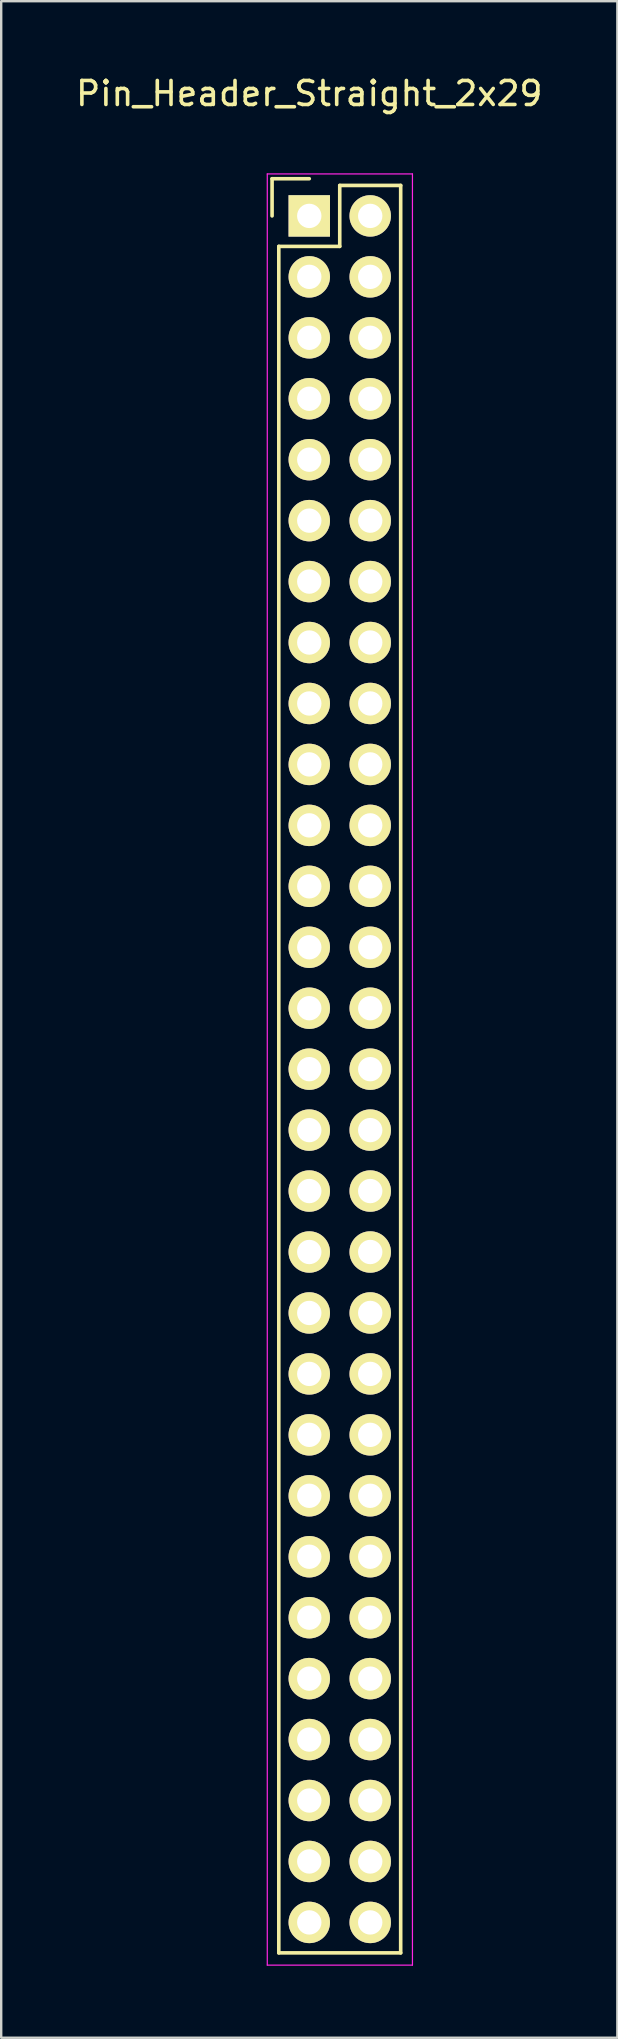
<source format=kicad_pcb>
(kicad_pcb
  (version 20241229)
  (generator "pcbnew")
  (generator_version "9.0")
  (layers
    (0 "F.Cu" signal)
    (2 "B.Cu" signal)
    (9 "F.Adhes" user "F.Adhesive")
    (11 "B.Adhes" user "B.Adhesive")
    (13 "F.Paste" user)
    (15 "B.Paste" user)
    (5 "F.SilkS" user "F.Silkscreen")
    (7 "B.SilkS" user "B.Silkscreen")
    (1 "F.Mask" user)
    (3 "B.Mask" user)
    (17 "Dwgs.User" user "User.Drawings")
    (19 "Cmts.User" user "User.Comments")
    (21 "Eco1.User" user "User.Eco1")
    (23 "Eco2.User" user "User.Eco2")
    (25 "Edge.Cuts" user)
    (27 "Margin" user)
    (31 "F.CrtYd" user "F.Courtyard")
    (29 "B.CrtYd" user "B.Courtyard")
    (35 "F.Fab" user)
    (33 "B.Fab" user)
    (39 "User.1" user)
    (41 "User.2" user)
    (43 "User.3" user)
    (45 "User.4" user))
  (footprint "Pin_Header_Straight_2x29"
    (layer "F.Cu")
    (at 9.839 5.948)
    (property "Reference" "Pin_Header_Straight_2x29" (at 0 -5.1 0) (layer "F.SilkS") (effects (font (size 1 1) (thickness 0.15))))
    (attr through_hole)
    (fp_line (start -1.55 -1.55) (end -1.55 0) (stroke (width 0.15) (type solid)) (layer "F.SilkS"))
    (fp_line (start -1.27 1.27) (end -1.27 72.39) (stroke (width 0.15) (type solid)) (layer "F.SilkS"))
    (fp_line (start 0 -1.55) (end -1.55 -1.55) (stroke (width 0.15) (type solid)) (layer "F.SilkS"))
    (fp_line (start 1.27 -1.27) (end 1.27 1.27) (stroke (width 0.15) (type solid)) (layer "F.SilkS"))
    (fp_line (start 1.27 1.27) (end -1.27 1.27) (stroke (width 0.15) (type solid)) (layer "F.SilkS"))
    (fp_line (start 3.81 -1.27) (end 1.27 -1.27) (stroke (width 0.15) (type solid)) (layer "F.SilkS"))
    (fp_line (start 3.81 72.39) (end -1.27 72.39) (stroke (width 0.15) (type solid)) (layer "F.SilkS"))
    (fp_line (start 3.81 72.39) (end 3.81 -1.27) (stroke (width 0.15) (type solid)) (layer "F.SilkS"))
    (fp_line (start -1.75 -1.75) (end -1.75 72.9) (stroke (width 0.05) (type solid)) (layer "F.CrtYd"))
    (fp_line (start -1.75 -1.75) (end 4.3 -1.75) (stroke (width 0.05) (type solid)) (layer "F.CrtYd"))
    (fp_line (start -1.75 72.9) (end 4.3 72.9) (stroke (width 0.05) (type solid)) (layer "F.CrtYd"))
    (fp_line (start 4.3 -1.75) (end 4.3 72.9) (stroke (width 0.05) (type solid)) (layer "F.CrtYd"))
    (pad "1" thru_hole rect (at 0 0) (size 1.727 1.727) (drill 1.016) (layers "*.Cu" "*.Mask" "F.SilkS"))
    (pad "2" thru_hole oval (at 2.54 0) (size 1.727 1.727) (drill 1.016) (layers "*.Cu" "*.Mask" "F.SilkS"))
    (pad "3" thru_hole oval (at 0 2.54) (size 1.727 1.727) (drill 1.016) (layers "*.Cu" "*.Mask" "F.SilkS"))
    (pad "4" thru_hole oval (at 2.54 2.54) (size 1.727 1.727) (drill 1.016) (layers "*.Cu" "*.Mask" "F.SilkS"))
    (pad "5" thru_hole oval (at 0 5.08) (size 1.727 1.727) (drill 1.016) (layers "*.Cu" "*.Mask" "F.SilkS"))
    (pad "6" thru_hole oval (at 2.54 5.08) (size 1.727 1.727) (drill 1.016) (layers "*.Cu" "*.Mask" "F.SilkS"))
    (pad "7" thru_hole oval (at 0 7.62) (size 1.727 1.727) (drill 1.016) (layers "*.Cu" "*.Mask" "F.SilkS"))
    (pad "8" thru_hole oval (at 2.54 7.62) (size 1.727 1.727) (drill 1.016) (layers "*.Cu" "*.Mask" "F.SilkS"))
    (pad "9" thru_hole oval (at 0 10.16) (size 1.727 1.727) (drill 1.016) (layers "*.Cu" "*.Mask" "F.SilkS"))
    (pad "10" thru_hole oval (at 2.54 10.16) (size 1.727 1.727) (drill 1.016) (layers "*.Cu" "*.Mask" "F.SilkS"))
    (pad "11" thru_hole oval (at 0 12.7) (size 1.727 1.727) (drill 1.016) (layers "*.Cu" "*.Mask" "F.SilkS"))
    (pad "12" thru_hole oval (at 2.54 12.7) (size 1.727 1.727) (drill 1.016) (layers "*.Cu" "*.Mask" "F.SilkS"))
    (pad "13" thru_hole oval (at 0 15.24) (size 1.727 1.727) (drill 1.016) (layers "*.Cu" "*.Mask" "F.SilkS"))
    (pad "14" thru_hole oval (at 2.54 15.24) (size 1.727 1.727) (drill 1.016) (layers "*.Cu" "*.Mask" "F.SilkS"))
    (pad "15" thru_hole oval (at 0 17.78) (size 1.727 1.727) (drill 1.016) (layers "*.Cu" "*.Mask" "F.SilkS"))
    (pad "16" thru_hole oval (at 2.54 17.78) (size 1.727 1.727) (drill 1.016) (layers "*.Cu" "*.Mask" "F.SilkS"))
    (pad "17" thru_hole oval (at 0 20.32) (size 1.727 1.727) (drill 1.016) (layers "*.Cu" "*.Mask" "F.SilkS"))
    (pad "18" thru_hole oval (at 2.54 20.32) (size 1.727 1.727) (drill 1.016) (layers "*.Cu" "*.Mask" "F.SilkS"))
    (pad "19" thru_hole oval (at 0 22.86) (size 1.727 1.727) (drill 1.016) (layers "*.Cu" "*.Mask" "F.SilkS"))
    (pad "20" thru_hole oval (at 2.54 22.86) (size 1.727 1.727) (drill 1.016) (layers "*.Cu" "*.Mask" "F.SilkS"))
    (pad "21" thru_hole oval (at 0 25.4) (size 1.727 1.727) (drill 1.016) (layers "*.Cu" "*.Mask" "F.SilkS"))
    (pad "22" thru_hole oval (at 2.54 25.4) (size 1.727 1.727) (drill 1.016) (layers "*.Cu" "*.Mask" "F.SilkS"))
    (pad "23" thru_hole oval (at 0 27.94) (size 1.727 1.727) (drill 1.016) (layers "*.Cu" "*.Mask" "F.SilkS"))
    (pad "24" thru_hole oval (at 2.54 27.94) (size 1.727 1.727) (drill 1.016) (layers "*.Cu" "*.Mask" "F.SilkS"))
    (pad "25" thru_hole oval (at 0 30.48) (size 1.727 1.727) (drill 1.016) (layers "*.Cu" "*.Mask" "F.SilkS"))
    (pad "26" thru_hole oval (at 2.54 30.48) (size 1.727 1.727) (drill 1.016) (layers "*.Cu" "*.Mask" "F.SilkS"))
    (pad "27" thru_hole oval (at 0 33.02) (size 1.727 1.727) (drill 1.016) (layers "*.Cu" "*.Mask" "F.SilkS"))
    (pad "28" thru_hole oval (at 2.54 33.02) (size 1.727 1.727) (drill 1.016) (layers "*.Cu" "*.Mask" "F.SilkS"))
    (pad "29" thru_hole oval (at 0 35.56) (size 1.727 1.727) (drill 1.016) (layers "*.Cu" "*.Mask" "F.SilkS"))
    (pad "30" thru_hole oval (at 2.54 35.56) (size 1.727 1.727) (drill 1.016) (layers "*.Cu" "*.Mask" "F.SilkS"))
    (pad "31" thru_hole oval (at 0 38.1) (size 1.727 1.727) (drill 1.016) (layers "*.Cu" "*.Mask" "F.SilkS"))
    (pad "32" thru_hole oval (at 2.54 38.1) (size 1.727 1.727) (drill 1.016) (layers "*.Cu" "*.Mask" "F.SilkS"))
    (pad "33" thru_hole oval (at 0 40.64) (size 1.727 1.727) (drill 1.016) (layers "*.Cu" "*.Mask" "F.SilkS"))
    (pad "34" thru_hole oval (at 2.54 40.64) (size 1.727 1.727) (drill 1.016) (layers "*.Cu" "*.Mask" "F.SilkS"))
    (pad "35" thru_hole oval (at 0 43.18) (size 1.727 1.727) (drill 1.016) (layers "*.Cu" "*.Mask" "F.SilkS"))
    (pad "36" thru_hole oval (at 2.54 43.18) (size 1.727 1.727) (drill 1.016) (layers "*.Cu" "*.Mask" "F.SilkS"))
    (pad "37" thru_hole oval (at 0 45.72) (size 1.727 1.727) (drill 1.016) (layers "*.Cu" "*.Mask" "F.SilkS"))
    (pad "38" thru_hole oval (at 2.54 45.72) (size 1.727 1.727) (drill 1.016) (layers "*.Cu" "*.Mask" "F.SilkS"))
    (pad "39" thru_hole oval (at 0 48.26) (size 1.727 1.727) (drill 1.016) (layers "*.Cu" "*.Mask" "F.SilkS"))
    (pad "40" thru_hole oval (at 2.54 48.26) (size 1.727 1.727) (drill 1.016) (layers "*.Cu" "*.Mask" "F.SilkS"))
    (pad "41" thru_hole oval (at 0 50.8) (size 1.727 1.727) (drill 1.016) (layers "*.Cu" "*.Mask" "F.SilkS"))
    (pad "42" thru_hole oval (at 2.54 50.8) (size 1.727 1.727) (drill 1.016) (layers "*.Cu" "*.Mask" "F.SilkS"))
    (pad "43" thru_hole oval (at 0 53.34) (size 1.727 1.727) (drill 1.016) (layers "*.Cu" "*.Mask" "F.SilkS"))
    (pad "44" thru_hole oval (at 2.54 53.34) (size 1.727 1.727) (drill 1.016) (layers "*.Cu" "*.Mask" "F.SilkS"))
    (pad "45" thru_hole oval (at 0 55.88) (size 1.727 1.727) (drill 1.016) (layers "*.Cu" "*.Mask" "F.SilkS"))
    (pad "46" thru_hole oval (at 2.54 55.88) (size 1.727 1.727) (drill 1.016) (layers "*.Cu" "*.Mask" "F.SilkS"))
    (pad "47" thru_hole oval (at 0 58.42) (size 1.727 1.727) (drill 1.016) (layers "*.Cu" "*.Mask" "F.SilkS"))
    (pad "48" thru_hole oval (at 2.54 58.42) (size 1.727 1.727) (drill 1.016) (layers "*.Cu" "*.Mask" "F.SilkS"))
    (pad "49" thru_hole oval (at 0 60.96) (size 1.727 1.727) (drill 1.016) (layers "*.Cu" "*.Mask" "F.SilkS"))
    (pad "50" thru_hole oval (at 2.54 60.96) (size 1.727 1.727) (drill 1.016) (layers "*.Cu" "*.Mask" "F.SilkS"))
    (pad "51" thru_hole oval (at 0 63.5) (size 1.727 1.727) (drill 1.016) (layers "*.Cu" "*.Mask" "F.SilkS"))
    (pad "52" thru_hole oval (at 2.54 63.5) (size 1.727 1.727) (drill 1.016) (layers "*.Cu" "*.Mask" "F.SilkS"))
    (pad "53" thru_hole oval (at 0 66.04) (size 1.727 1.727) (drill 1.016) (layers "*.Cu" "*.Mask" "F.SilkS"))
    (pad "54" thru_hole oval (at 2.54 66.04) (size 1.727 1.727) (drill 1.016) (layers "*.Cu" "*.Mask" "F.SilkS"))
    (pad "55" thru_hole oval (at 0 68.58) (size 1.727 1.727) (drill 1.016) (layers "*.Cu" "*.Mask" "F.SilkS"))
    (pad "56" thru_hole oval (at 2.54 68.58) (size 1.727 1.727) (drill 1.016) (layers "*.Cu" "*.Mask" "F.SilkS"))
    (pad "57" thru_hole oval (at 0 71.12) (size 1.727 1.727) (drill 1.016) (layers "*.Cu" "*.Mask" "F.SilkS"))
    (pad "58" thru_hole oval (at 2.54 71.12) (size 1.727 1.727) (drill 1.016) (layers "*.Cu" "*.Mask" "F.SilkS")))
  (gr_rect
    (start -3 -3)
    (end 22.679 81.873)
    (stroke (width 0.1) (type default))
    (fill no)
    (layer "Edge.Cuts")))
</source>
